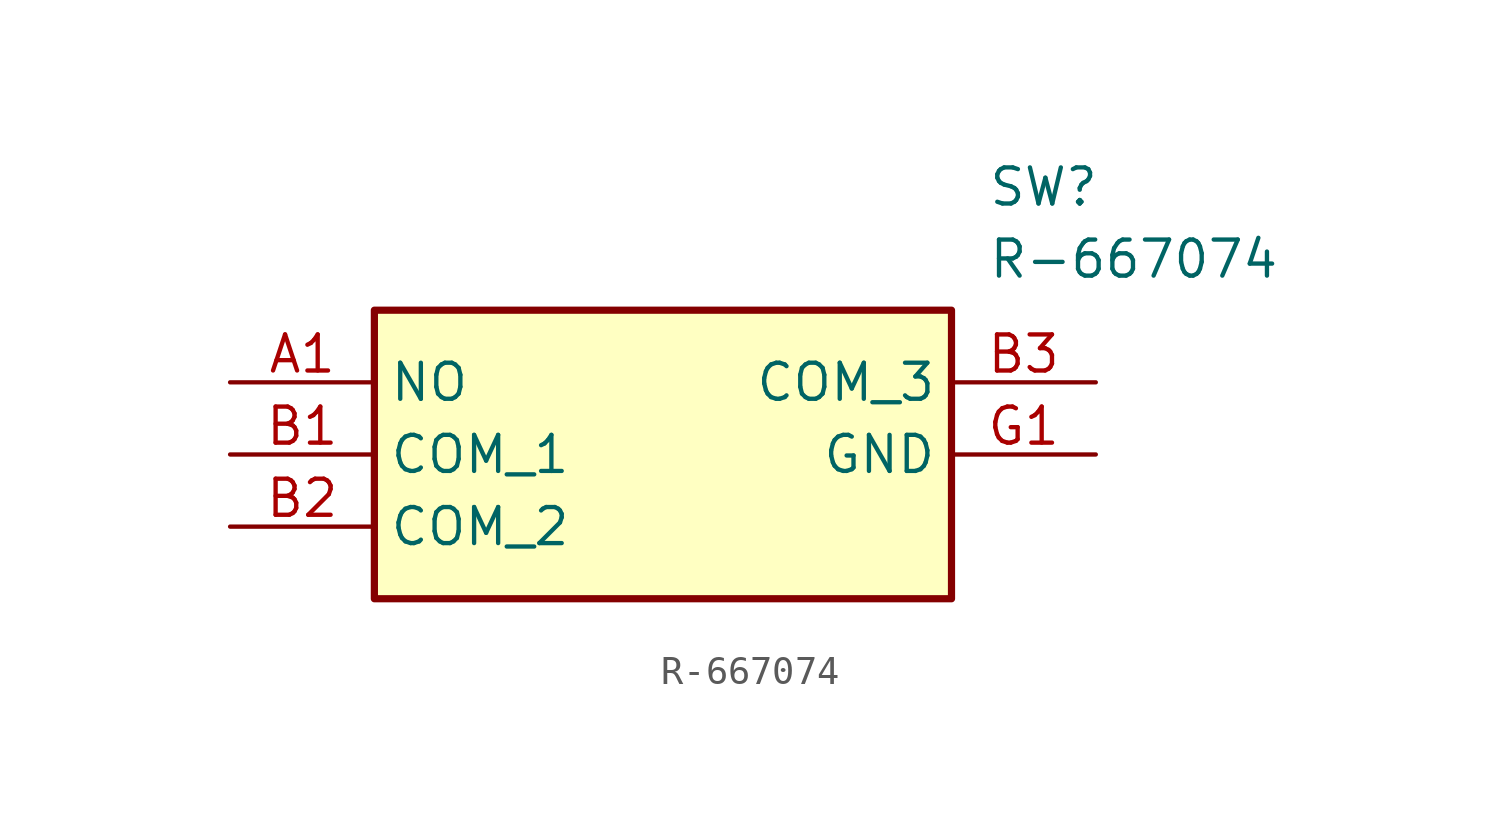
<source format=kicad_sym>
(kicad_symbol_lib
  (version 20220914)
  (generator kicad_symbol_editor)
  (symbol "R-667074"
    (property "Reference" "SW"
      (at 26.67 7.62 0)
      (effects (font (size 1.27 1.27)) (justify left top)))
    (property "Value" "R-667074"
      (at 26.67 5.08 0)
      (effects (font (size 1.27 1.27)) (justify left top)))
    (symbol "R-667074_1_1"
      (rectangle (start 5.08 2.54) (end 25.4 -7.62) (stroke (width 0.254) (type default)) (fill (type background)))
      (pin passive line (at 0 0 0) (length 5.08) (name "NO" (effects (font (size 1.27 1.27)))) (number "A1" (effects (font (size 1.27 1.27)))))
      (pin passive line (at 0 -2.54 0) (length 5.08) (name "COM_1" (effects (font (size 1.27 1.27)))) (number "B1" (effects (font (size 1.27 1.27)))))
      (pin passive line (at 0 -5.08 0) (length 5.08) (name "COM_2" (effects (font (size 1.27 1.27)))) (number "B2" (effects (font (size 1.27 1.27)))))
      (pin passive line (at 30.48 0 180) (length 5.08) (name "COM_3" (effects (font (size 1.27 1.27)))) (number "B3" (effects (font (size 1.27 1.27)))))
      (pin passive line (at 30.48 -2.54 180) (length 5.08) (name "GND" (effects (font (size 1.27 1.27)))) (number "G1" (effects (font (size 1.27 1.27))))))))
</source>
